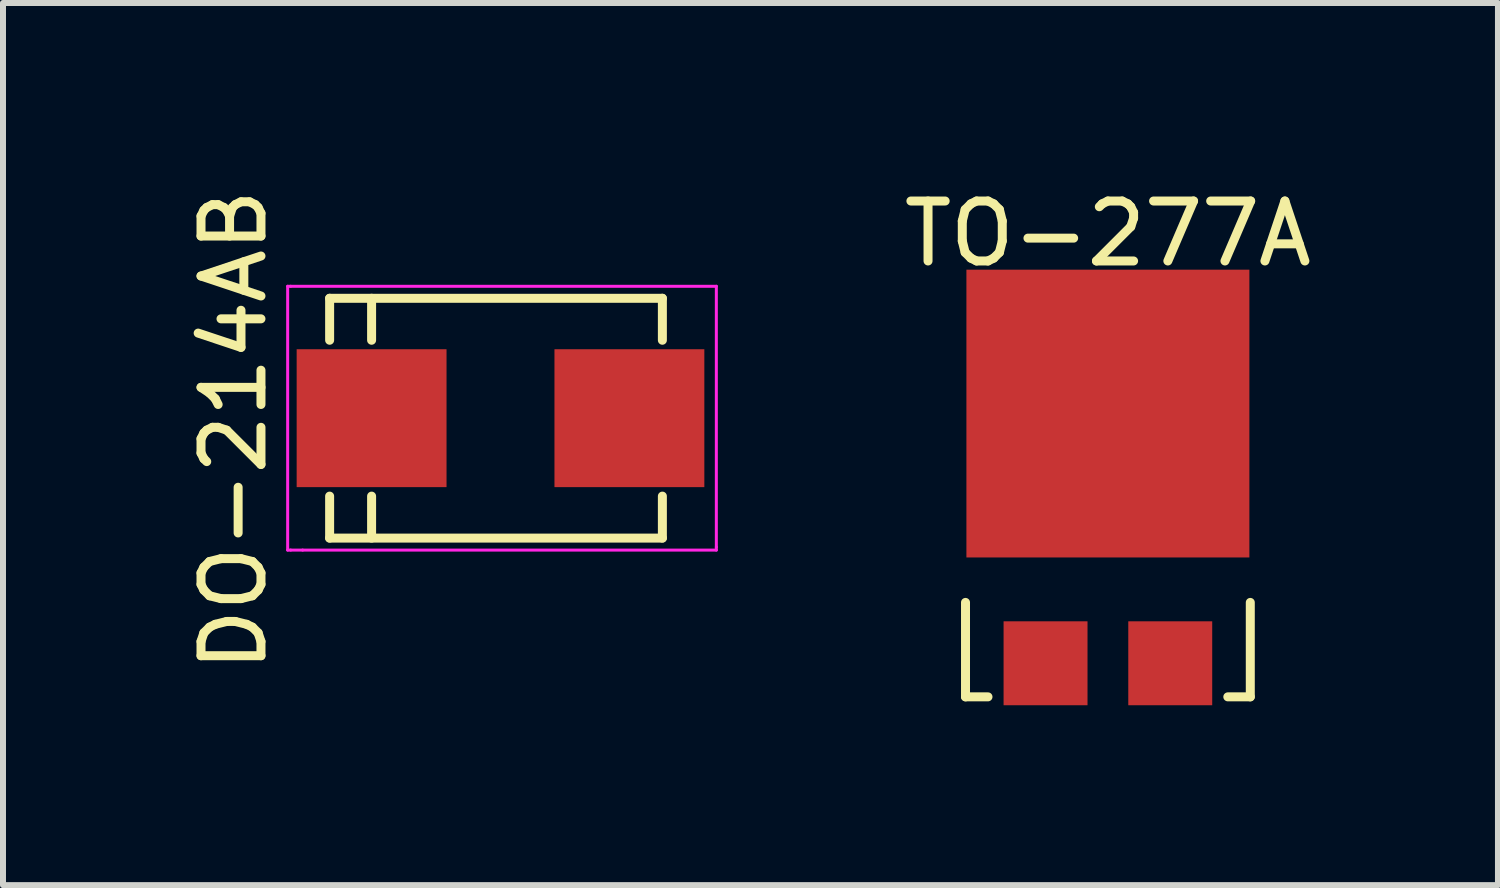
<source format=kicad_pcb>
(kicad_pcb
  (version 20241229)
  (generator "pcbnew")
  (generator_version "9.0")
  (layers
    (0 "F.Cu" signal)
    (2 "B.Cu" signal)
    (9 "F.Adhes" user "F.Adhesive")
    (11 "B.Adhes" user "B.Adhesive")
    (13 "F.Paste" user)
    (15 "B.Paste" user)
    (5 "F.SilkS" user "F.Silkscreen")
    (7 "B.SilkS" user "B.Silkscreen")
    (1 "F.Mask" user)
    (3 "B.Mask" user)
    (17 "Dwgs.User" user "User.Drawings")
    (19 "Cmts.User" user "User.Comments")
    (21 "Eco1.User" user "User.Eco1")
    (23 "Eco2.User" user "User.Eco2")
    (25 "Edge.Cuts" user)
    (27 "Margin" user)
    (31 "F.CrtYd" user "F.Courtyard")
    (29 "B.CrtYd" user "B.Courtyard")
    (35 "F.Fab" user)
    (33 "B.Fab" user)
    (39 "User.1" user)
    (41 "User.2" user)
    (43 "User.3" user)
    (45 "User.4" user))
  (footprint "DO-214AB"
    (layer "F.Cu")
    (at 6.748 3.925)
    (property "Reference" "DO-214AB" (at -5.9 0.2 270) (layer "F.SilkS") (effects (font (size 1 1) (thickness 0.15))))
    (attr smd)
    (fp_line (start -4.3 -2) (end -4.3 -1.3) (stroke (width 0.15) (type solid)) (layer "F.SilkS"))
    (fp_line (start -4.3 -2) (end 1.25 -2) (stroke (width 0.15) (type solid)) (layer "F.SilkS"))
    (fp_line (start -4.3 1.3) (end -4.3 2) (stroke (width 0.15) (type solid)) (layer "F.SilkS"))
    (fp_line (start -4.3 2) (end 1.25 2) (stroke (width 0.15) (type solid)) (layer "F.SilkS"))
    (fp_line (start -3.6 -2) (end -3.6 -1.3) (stroke (width 0.15) (type solid)) (layer "F.SilkS"))
    (fp_line (start -3.6 1.3) (end -3.6 2) (stroke (width 0.15) (type solid)) (layer "F.SilkS"))
    (fp_line (start 1.25 -2) (end 1.25 -1.3) (stroke (width 0.15) (type solid)) (layer "F.SilkS"))
    (fp_line (start 1.25 1.3) (end 1.25 2) (stroke (width 0.15) (type solid)) (layer "F.SilkS"))
    (fp_line (start -5 -2.2) (end -4.95 -2.2) (stroke (width 0.05) (type solid)) (layer "F.CrtYd"))
    (fp_line (start -5 2.2) (end -5 -2.2) (stroke (width 0.05) (type solid)) (layer "F.CrtYd"))
    (fp_line (start -5 2.2) (end -4.95 2.2) (stroke (width 0.05) (type solid)) (layer "F.CrtYd"))
    (fp_line (start -4.95 -2.2) (end 2.15 -2.2) (stroke (width 0.05) (type solid)) (layer "F.CrtYd"))
    (fp_line (start -4.75 2.2) (end -4.95 2.2) (stroke (width 0.05) (type solid)) (layer "F.CrtYd"))
    (fp_line (start 2.15 -2.2) (end 2.15 2.15) (stroke (width 0.05) (type solid)) (layer "F.CrtYd"))
    (fp_line (start 2.15 2.15) (end 2.15 2.2) (stroke (width 0.05) (type solid)) (layer "F.CrtYd"))
    (fp_line (start 2.15 2.2) (end -4.75 2.2) (stroke (width 0.05) (type solid)) (layer "F.CrtYd"))
    (pad "1" smd rect (at -3.6 0) (size 2.5 2.3) (layers "F.Cu" "F.Mask" "F.Paste"))
    (pad "2" smd rect (at 0.7 0) (size 2.5 2.3) (layers "F.Cu" "F.Mask" "F.Paste")))
  (footprint "TO-277A"
    (layer "F.Cu")
    (at 15.429 5.248)
    (property "Reference" "TO-277A" (at 0 -4.4 0) (layer "F.SilkS") (effects (font (size 1 1) (thickness 0.15))))
    (attr through_hole)
    (fp_line (start -2.375 1.75) (end -2.375 3.325) (stroke (width 0.15) (type solid)) (layer "F.SilkS"))
    (fp_line (start -2.375 3.325) (end -2 3.325) (stroke (width 0.15) (type solid)) (layer "F.SilkS"))
    (fp_line (start 2 3.325) (end 2.375 3.325) (stroke (width 0.15) (type solid)) (layer "F.SilkS"))
    (fp_line (start 2.375 1.75) (end 2.375 3.325) (stroke (width 0.15) (type solid)) (layer "F.SilkS"))
    (pad "1" smd rect (at 1.04 2.765) (size 1.4 1.4) (layers "F.Cu" "F.Mask" "F.Paste"))
    (pad "2" smd rect (at -1.04 2.765) (size 1.4 1.4) (layers "F.Cu" "F.Mask" "F.Paste"))
    (pad "3" smd rect (at 0 -1.4) (size 4.72 4.8) (layers "F.Cu" "F.Mask" "F.Paste")))
  (gr_rect
    (start -3 -3)
    (end 21.935 11.713)
    (stroke (width 0.1) (type default))
    (fill no)
    (layer "Edge.Cuts")))
</source>
